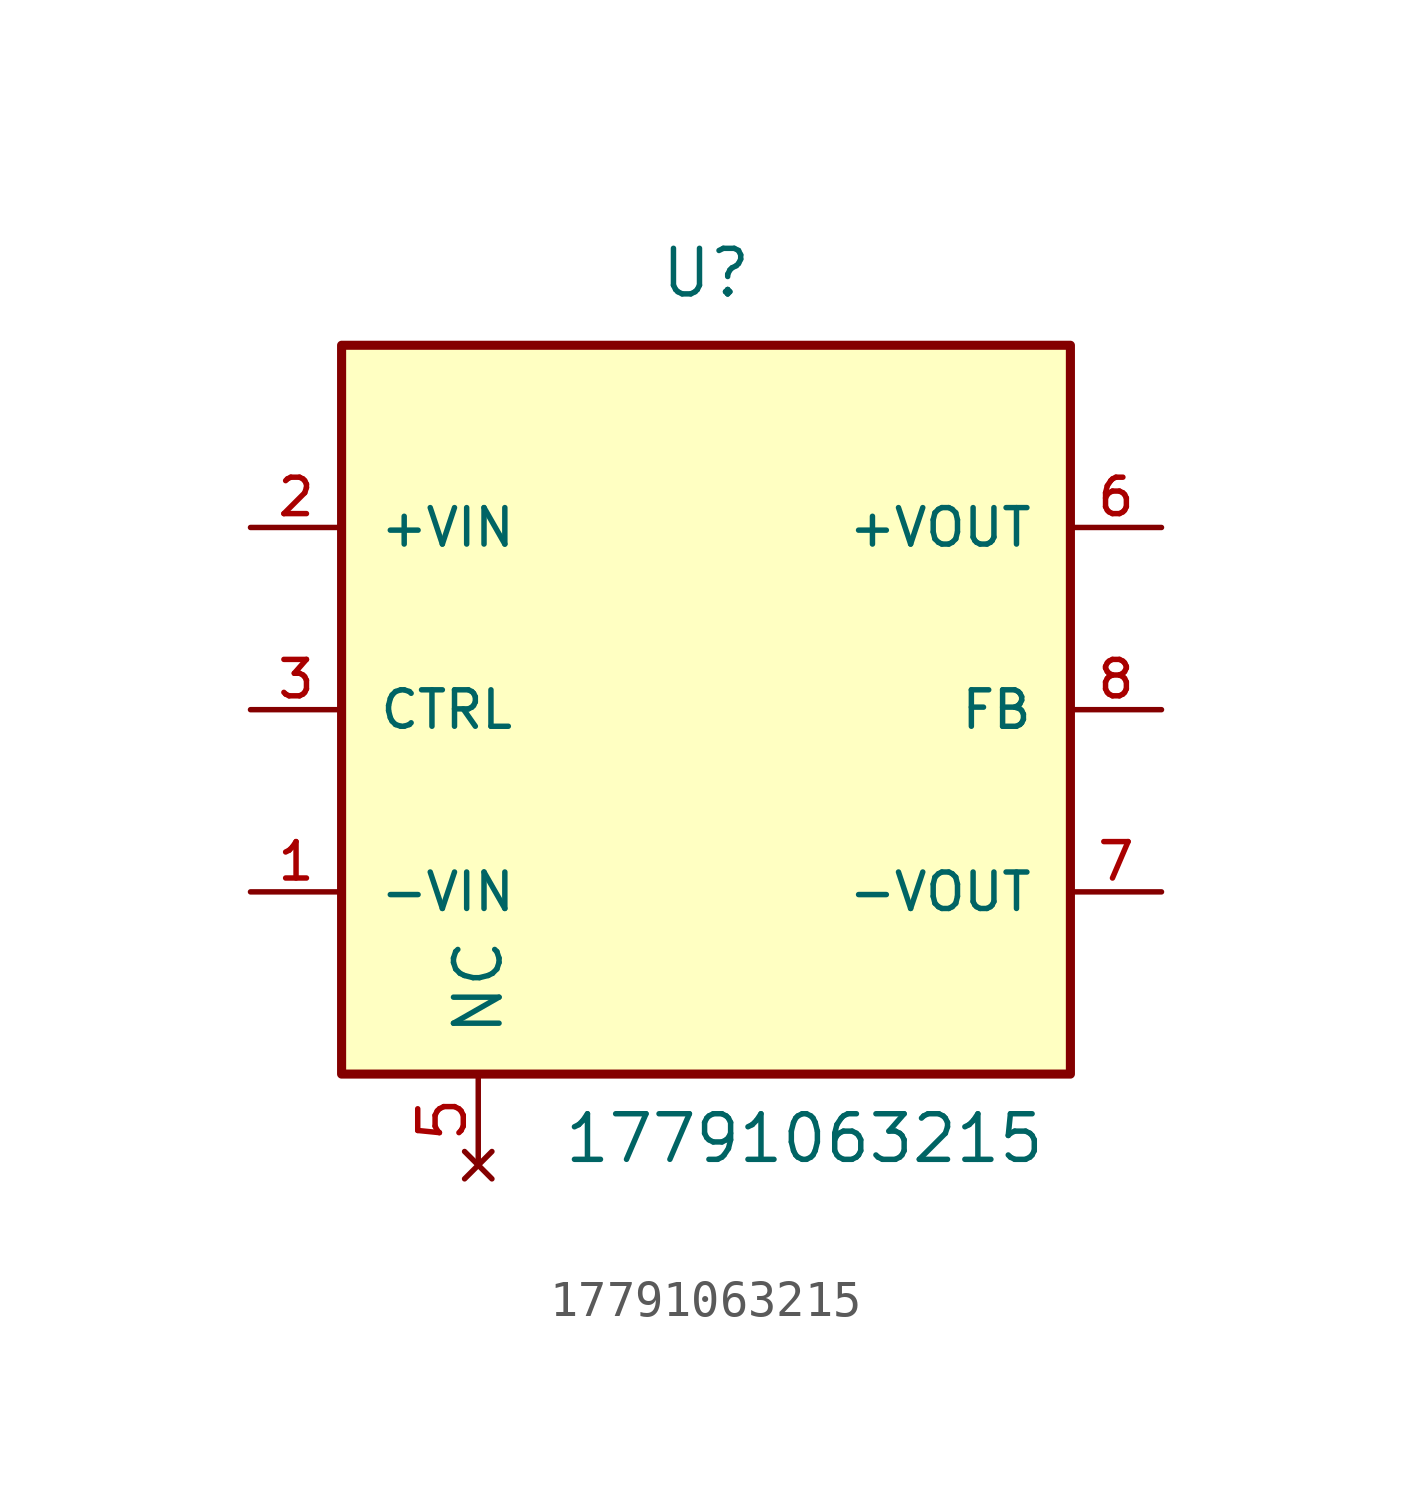
<source format=kicad_sym>
(kicad_symbol_lib
  (version 20231120)
  (generator "kicad_symbol_editor")
  (generator_version "8.0")
  (symbol "17791063215"
    (pin_names
      (offset 1.016))
    (property "Reference" "U"
      (at 0 13.97 0)
      (effects (font (size 1.27 1.27)) (justify bottom)))
    (property "Value" "17791063215"
      (at -4.01 -10.16 0)
      (effects (font (size 1.27 1.27)) (justify left bottom)))
    (symbol "17791063215_0_0"
      (rectangle (start -10.16 -7.62) (end 10.16 12.7) (stroke (width 0.254) (type default)) (fill (type background)))
      (pin power_in line (at -12.7 -2.54 0) (length 2.54) (name "-VIN" (effects (font (size 1.016 1.016)))) (number "1" (effects (font (size 1.016 1.016)))))
      (pin power_in line (at -12.7 7.62 0) (length 2.54) (name "+VIN" (effects (font (size 1.016 1.016)))) (number "2" (effects (font (size 1.016 1.016)))))
      (pin input line (at -12.7 2.54 0) (length 2.54) (name "CTRL" (effects (font (size 1.016 1.016)))) (number "3" (effects (font (size 1.016 1.016)))))
      (pin no_connect line (at -6.35 -10.16 90) (length 2.54) (name "NC" (effects (font (size 1.27 1.27)))) (number "5" (effects (font (size 1.27 1.27)))))
      (pin power_out line (at 12.7 7.62 180) (length 2.54) (name "+VOUT" (effects (font (size 1.016 1.016)))) (number "6" (effects (font (size 1.016 1.016)))))
      (pin power_out line (at 12.7 -2.54 180) (length 2.54) (name "-VOUT" (effects (font (size 1.016 1.016)))) (number "7" (effects (font (size 1.016 1.016)))))
      (pin input line (at 12.7 2.54 180) (length 2.54) (name "FB" (effects (font (size 1.016 1.016)))) (number "8" (effects (font (size 1.016 1.016))))))))
</source>
